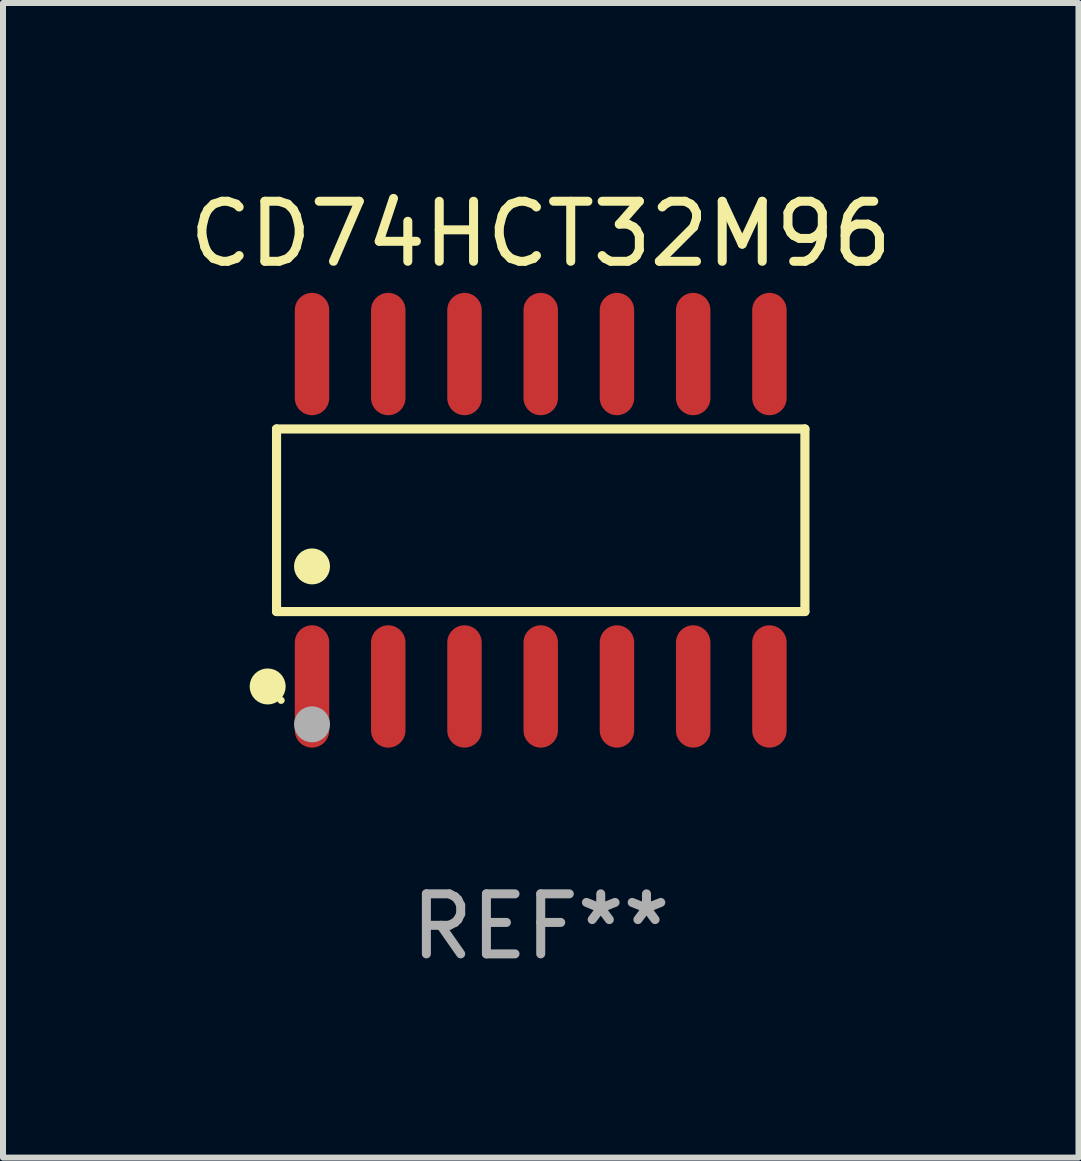
<source format=kicad_pcb>
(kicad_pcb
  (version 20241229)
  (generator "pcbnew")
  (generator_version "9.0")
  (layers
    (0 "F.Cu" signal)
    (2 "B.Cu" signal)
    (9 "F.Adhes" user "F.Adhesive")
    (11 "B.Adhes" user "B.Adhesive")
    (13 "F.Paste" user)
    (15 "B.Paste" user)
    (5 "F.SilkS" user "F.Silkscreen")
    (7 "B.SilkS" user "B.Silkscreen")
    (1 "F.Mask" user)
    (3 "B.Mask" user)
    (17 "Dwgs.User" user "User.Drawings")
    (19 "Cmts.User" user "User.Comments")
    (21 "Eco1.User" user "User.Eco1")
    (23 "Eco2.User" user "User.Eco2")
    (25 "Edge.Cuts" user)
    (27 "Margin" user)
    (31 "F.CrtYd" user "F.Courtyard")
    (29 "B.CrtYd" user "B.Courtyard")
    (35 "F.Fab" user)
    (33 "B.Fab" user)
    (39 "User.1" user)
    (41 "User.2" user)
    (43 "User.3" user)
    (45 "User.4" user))
  (footprint "CD74HCT32M96"
    (layer "F.Cu")
    (at 5.958 5.617)
    (property "Reference" "CD74HCT32M96" (at 0 -4.769 0) (layer "F.SilkS") (effects (font (size 1 1) (thickness 0.15))))
    (attr through_hole)
    (fp_line (start -4.401 -1.521) (end 4.401 -1.521) (stroke (width 0.152) (type solid)) (layer "F.SilkS"))
    (fp_line (start -4.401 1.521) (end -4.401 -1.521) (stroke (width 0.152) (type solid)) (layer "F.SilkS"))
    (fp_line (start 4.401 -1.521) (end 4.401 1.521) (stroke (width 0.152) (type solid)) (layer "F.SilkS"))
    (fp_line (start 4.401 1.521) (end -4.401 1.521) (stroke (width 0.152) (type solid)) (layer "F.SilkS"))
    (fp_circle (center -4.549 2.769) (end -4.399 2.769) (stroke (width 0.3) (type solid)) (fill no) (layer "F.SilkS"))
    (fp_circle (center -4.325 3) (end -4.295 3) (stroke (width 0.06) (type solid)) (fill no) (layer "F.SilkS"))
    (fp_circle (center -3.81 0.769) (end -3.66 0.769) (stroke (width 0.3) (type solid)) (fill no) (layer "F.SilkS"))
    (fp_circle (center -3.81 3.4) (end -3.66 3.4) (stroke (width 0.3) (type solid)) (fill no) (layer "F.Fab"))
    (fp_text user "REF**" (at 0 6.769 0) (layer "F.Fab") (effects (font (size 1 1) (thickness 0.15))))
    (pad "1" smd oval (at -3.81 2.769) (size 0.574 2.038) (layers "F.Cu" "F.Mask" "F.Paste"))
    (pad "2" smd oval (at -2.54 2.769) (size 0.574 2.038) (layers "F.Cu" "F.Mask" "F.Paste"))
    (pad "3" smd oval (at -1.27 2.769) (size 0.574 2.038) (layers "F.Cu" "F.Mask" "F.Paste"))
    (pad "4" smd oval (at 0 2.769) (size 0.574 2.038) (layers "F.Cu" "F.Mask" "F.Paste"))
    (pad "5" smd oval (at 1.27 2.769) (size 0.574 2.038) (layers "F.Cu" "F.Mask" "F.Paste"))
    (pad "6" smd oval (at 2.54 2.769) (size 0.574 2.038) (layers "F.Cu" "F.Mask" "F.Paste"))
    (pad "7" smd oval (at 3.81 2.769) (size 0.574 2.038) (layers "F.Cu" "F.Mask" "F.Paste"))
    (pad "8" smd oval (at 3.81 -2.769) (size 0.574 2.038) (layers "F.Cu" "F.Mask" "F.Paste"))
    (pad "9" smd oval (at 2.54 -2.769) (size 0.574 2.038) (layers "F.Cu" "F.Mask" "F.Paste"))
    (pad "10" smd oval (at 1.27 -2.769) (size 0.574 2.038) (layers "F.Cu" "F.Mask" "F.Paste"))
    (pad "11" smd oval (at 0 -2.769) (size 0.574 2.038) (layers "F.Cu" "F.Mask" "F.Paste"))
    (pad "12" smd oval (at -1.27 -2.769) (size 0.574 2.038) (layers "F.Cu" "F.Mask" "F.Paste"))
    (pad "13" smd oval (at -2.54 -2.769) (size 0.574 2.038) (layers "F.Cu" "F.Mask" "F.Paste"))
    (pad "14" smd oval (at -3.81 -2.769) (size 0.574 2.038) (layers "F.Cu" "F.Mask" "F.Paste")))
  (gr_rect
    (start -3 -3)
    (end 14.917 16.235)
    (stroke (width 0.1) (type default))
    (fill no)
    (layer "Edge.Cuts")))
</source>
